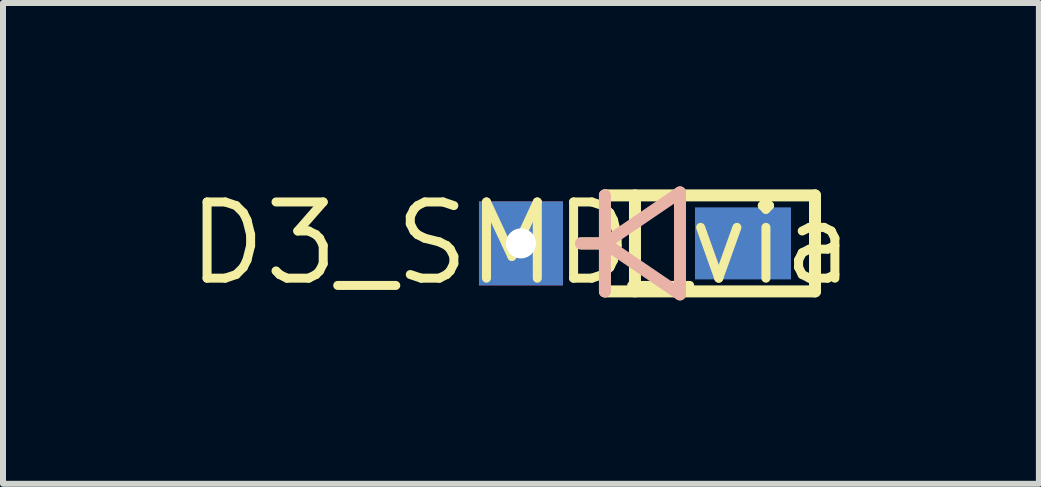
<source format=kicad_pcb>
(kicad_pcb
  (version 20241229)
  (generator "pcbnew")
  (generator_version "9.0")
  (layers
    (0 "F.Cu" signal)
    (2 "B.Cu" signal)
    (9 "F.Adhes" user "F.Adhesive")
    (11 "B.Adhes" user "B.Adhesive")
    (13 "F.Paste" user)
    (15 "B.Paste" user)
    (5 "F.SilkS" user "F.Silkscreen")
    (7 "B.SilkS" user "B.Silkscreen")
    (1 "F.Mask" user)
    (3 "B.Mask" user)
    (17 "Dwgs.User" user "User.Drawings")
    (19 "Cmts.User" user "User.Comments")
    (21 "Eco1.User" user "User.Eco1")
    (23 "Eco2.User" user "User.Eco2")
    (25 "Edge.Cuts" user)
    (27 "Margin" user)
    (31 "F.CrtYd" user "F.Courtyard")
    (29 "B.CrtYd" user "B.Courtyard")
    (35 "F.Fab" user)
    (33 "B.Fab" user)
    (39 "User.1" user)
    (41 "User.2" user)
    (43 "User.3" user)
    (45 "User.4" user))
  (footprint "D3_SMD_via"
    (layer "F.Cu")
    (at 5.632 1.006)
    (property "Reference" "D3_SMD_via" (at 0 0 0) (layer "F.SilkS") (effects (font (size 1.27 1.27) (thickness 0.15))))
    (fp_line (start 1.4 -0.8) (end 4.9 -0.8) (stroke (width 0.2) (type solid)) (layer "F.SilkS"))
    (fp_line (start 1.4 0) (end 1 0) (stroke (width 0.2) (type solid)) (layer "F.SilkS"))
    (fp_line (start 1.4 0.8) (end 1.4 -0.8) (stroke (width 0.2) (type solid)) (layer "F.SilkS"))
    (fp_line (start 1.9 -0.8) (end 1.9 0.8) (stroke (width 0.2) (type solid)) (layer "F.SilkS"))
    (fp_line (start 4.9 -0.8) (end 4.9 0.8) (stroke (width 0.2) (type solid)) (layer "F.SilkS"))
    (fp_line (start 4.9 0.8) (end 1.4 0.8) (stroke (width 0.2) (type solid)) (layer "F.SilkS"))
    (fp_line (start 1.399 -0.8) (end 1.399 0.8) (stroke (width 0.2) (type solid)) (layer "B.SilkS"))
    (fp_line (start 1.399 0) (end 0.999 0) (stroke (width 0.2) (type solid)) (layer "B.SilkS"))
    (fp_line (start 1.4 0) (end 2.65 -0.85) (stroke (width 0.2) (type solid)) (layer "B.SilkS"))
    (fp_line (start 1.4 0) (end 2.65 0.85) (stroke (width 0.2) (type solid)) (layer "B.SilkS"))
    (fp_line (start 2.65 -0.85) (end 2.65 0.85) (stroke (width 0.2) (type solid)) (layer "B.SilkS"))
    (pad "1" thru_hole rect (at 0 0) (size 1.4 1.4) (drill 0.5) (layers "*.Cu" "*.Mask"))
    (pad "2" smd rect (at 3.7 0) (size 1.6 1.2) (layers "B.Cu" "B.Mask" "B.Paste")))
  (gr_rect
    (start -3 -3)
    (end 14.263 5.012)
    (stroke (width 0.1) (type default))
    (fill no)
    (layer "Edge.Cuts")))
</source>
